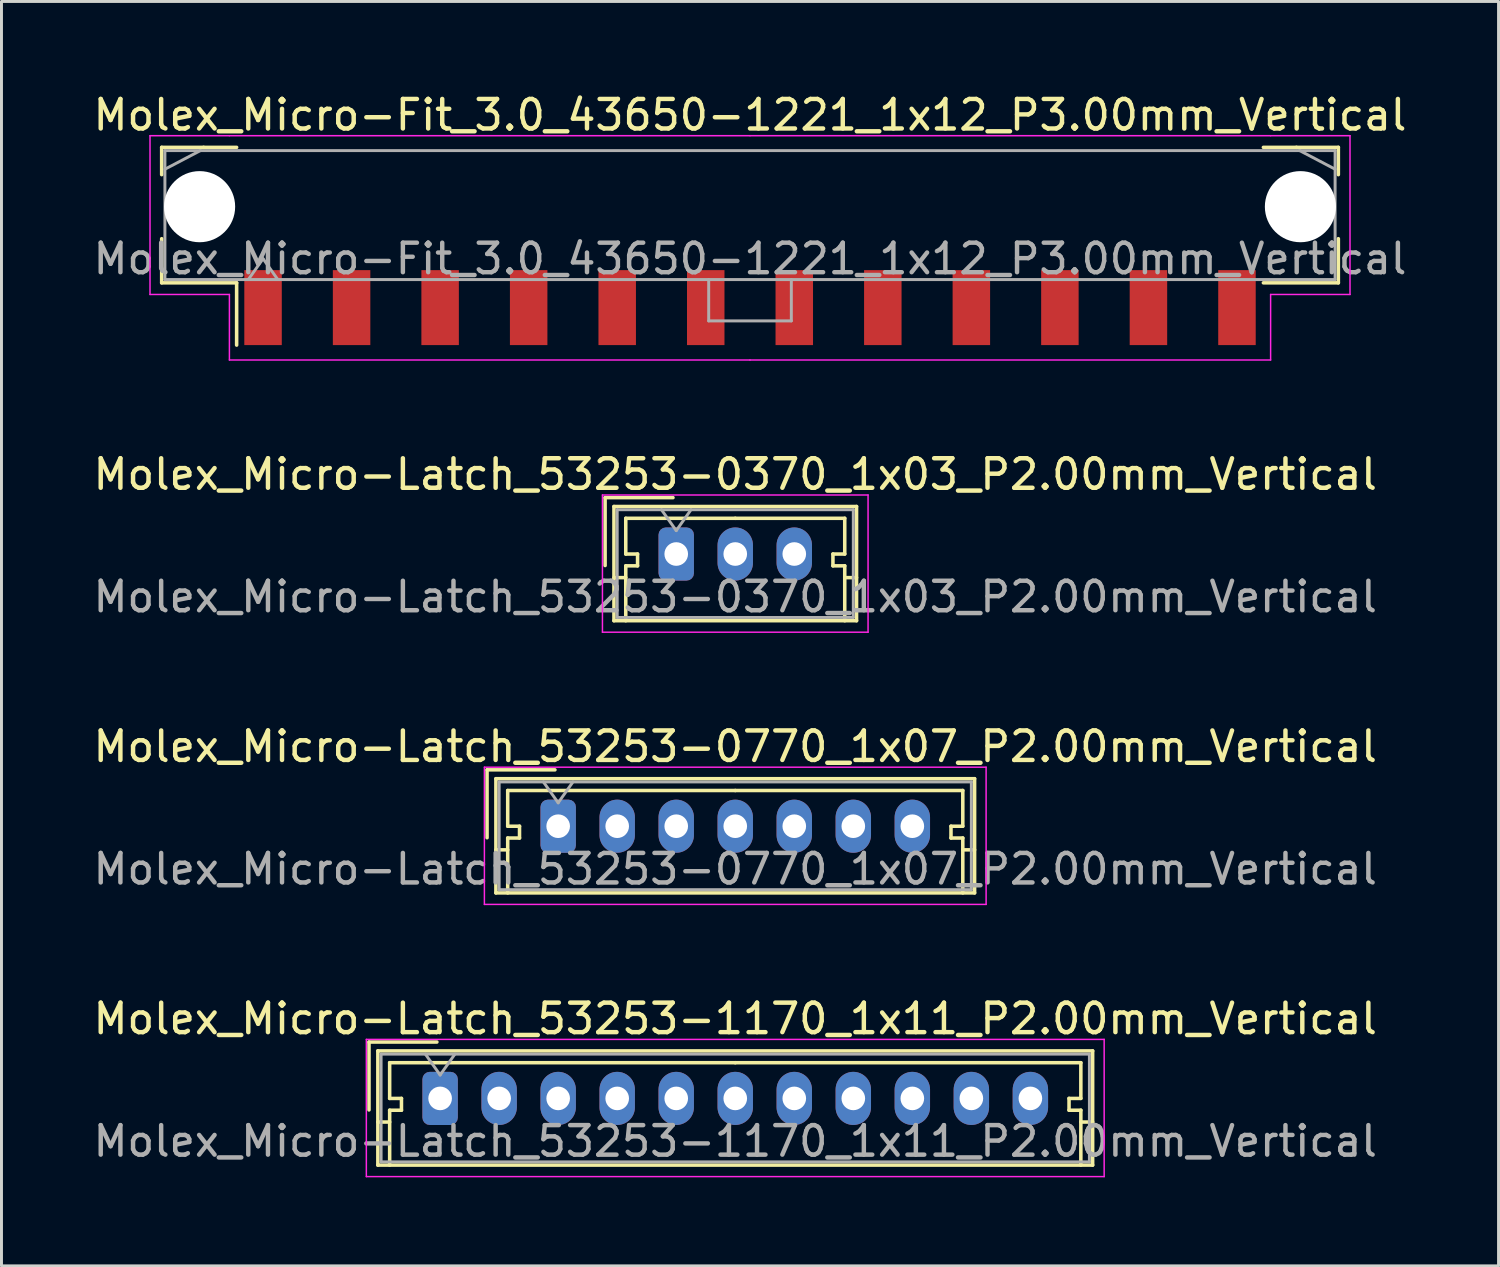
<source format=kicad_pcb>
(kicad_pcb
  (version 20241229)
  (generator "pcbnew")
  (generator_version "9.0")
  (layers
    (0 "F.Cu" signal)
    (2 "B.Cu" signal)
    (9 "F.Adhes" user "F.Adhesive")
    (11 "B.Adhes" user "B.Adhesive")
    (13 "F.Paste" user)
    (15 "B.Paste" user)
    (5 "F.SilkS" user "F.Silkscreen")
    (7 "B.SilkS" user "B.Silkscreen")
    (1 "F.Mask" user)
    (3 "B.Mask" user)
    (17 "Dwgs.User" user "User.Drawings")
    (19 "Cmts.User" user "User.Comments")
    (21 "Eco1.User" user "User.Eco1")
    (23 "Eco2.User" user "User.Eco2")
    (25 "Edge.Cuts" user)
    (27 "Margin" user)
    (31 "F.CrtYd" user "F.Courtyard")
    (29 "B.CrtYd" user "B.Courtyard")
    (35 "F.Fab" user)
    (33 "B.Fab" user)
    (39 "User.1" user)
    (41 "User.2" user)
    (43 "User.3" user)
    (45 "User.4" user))
  (footprint "Molex_Micro-Latch_53253-0370_1x03_P2.00mm_Vertical"
    (layer "F.Cu")
    (at 19.863 15.722)
    (property "Reference" "Molex_Micro-Latch_53253-0370_1x03_P2.00mm_Vertical" (at 2 -2.7 0) (layer "F.SilkS") (effects (font (size 1 1) (thickness 0.15))))
    (attr through_hole)
    (fp_line (start -2.41 -1.91) (end -2.41 0.39) (stroke (width 0.12) (type solid)) (layer "F.SilkS"))
    (fp_line (start -2.11 -1.61) (end -2.11 2.26) (stroke (width 0.12) (type solid)) (layer "F.SilkS"))
    (fp_line (start -2.11 0.8) (end -1.71 0.8) (stroke (width 0.12) (type solid)) (layer "F.SilkS"))
    (fp_line (start -2.11 2.26) (end 6.11 2.26) (stroke (width 0.12) (type solid)) (layer "F.SilkS"))
    (fp_line (start -1.71 -1.21) (end -1.71 0) (stroke (width 0.12) (type solid)) (layer "F.SilkS"))
    (fp_line (start -1.71 0) (end -1.31 0) (stroke (width 0.12) (type solid)) (layer "F.SilkS"))
    (fp_line (start -1.71 0.4) (end -1.71 2.26) (stroke (width 0.12) (type solid)) (layer "F.SilkS"))
    (fp_line (start -1.31 0) (end -1.31 0.4) (stroke (width 0.12) (type solid)) (layer "F.SilkS"))
    (fp_line (start -1.31 0.4) (end -1.71 0.4) (stroke (width 0.12) (type solid)) (layer "F.SilkS"))
    (fp_line (start -0.11 -1.91) (end -2.41 -1.91) (stroke (width 0.12) (type solid)) (layer "F.SilkS"))
    (fp_line (start 2 -1.21) (end -1.71 -1.21) (stroke (width 0.12) (type solid)) (layer "F.SilkS"))
    (fp_line (start 2 -1.21) (end 5.71 -1.21) (stroke (width 0.12) (type solid)) (layer "F.SilkS"))
    (fp_line (start 5.31 0) (end 5.31 0.4) (stroke (width 0.12) (type solid)) (layer "F.SilkS"))
    (fp_line (start 5.31 0.4) (end 5.71 0.4) (stroke (width 0.12) (type solid)) (layer "F.SilkS"))
    (fp_line (start 5.71 -1.21) (end 5.71 0) (stroke (width 0.12) (type solid)) (layer "F.SilkS"))
    (fp_line (start 5.71 0) (end 5.31 0) (stroke (width 0.12) (type solid)) (layer "F.SilkS"))
    (fp_line (start 5.71 0.4) (end 5.71 2.26) (stroke (width 0.12) (type solid)) (layer "F.SilkS"))
    (fp_line (start 6.11 -1.61) (end -2.11 -1.61) (stroke (width 0.12) (type solid)) (layer "F.SilkS"))
    (fp_line (start 6.11 0.8) (end 5.71 0.8) (stroke (width 0.12) (type solid)) (layer "F.SilkS"))
    (fp_line (start 6.11 2.26) (end 6.11 -1.61) (stroke (width 0.12) (type solid)) (layer "F.SilkS"))
    (fp_line (start -2.5 -2) (end -2.5 2.65) (stroke (width 0.05) (type solid)) (layer "F.CrtYd"))
    (fp_line (start -2.5 2.65) (end 6.5 2.65) (stroke (width 0.05) (type solid)) (layer "F.CrtYd"))
    (fp_line (start 6.5 -2) (end -2.5 -2) (stroke (width 0.05) (type solid)) (layer "F.CrtYd"))
    (fp_line (start 6.5 2.65) (end 6.5 -2) (stroke (width 0.05) (type solid)) (layer "F.CrtYd"))
    (fp_line (start -2 -1.5) (end -2 2.15) (stroke (width 0.1) (type solid)) (layer "F.Fab"))
    (fp_line (start -2 2.15) (end 6 2.15) (stroke (width 0.1) (type solid)) (layer "F.Fab"))
    (fp_line (start -0.5 -1.5) (end 0 -0.793) (stroke (width 0.1) (type solid)) (layer "F.Fab"))
    (fp_line (start 0 -0.793) (end 0.5 -1.5) (stroke (width 0.1) (type solid)) (layer "F.Fab"))
    (fp_line (start 6 -1.5) (end -2 -1.5) (stroke (width 0.1) (type solid)) (layer "F.Fab"))
    (fp_line (start 6 2.15) (end 6 -1.5) (stroke (width 0.1) (type solid)) (layer "F.Fab"))
    (fp_text user "${REFERENCE}" (at 2 1.45 0) (layer "F.Fab") (effects (font (size 1 1) (thickness 0.15))))
    (pad "1" thru_hole roundrect (at 0 0) (size 1.2 1.8) (drill 0.8) (layers "*.Cu" "*.Mask") (roundrect_rratio 0.208))
    (pad "2" thru_hole oval (at 2 0) (size 1.2 1.8) (drill 0.8) (layers "*.Cu" "*.Mask"))
    (pad "3" thru_hole oval (at 4 0) (size 1.2 1.8) (drill 0.8) (layers "*.Cu" "*.Mask")))
  (footprint "Molex_Micro-Fit_3.0_43650-1221_1x12_P3.00mm_Vertical"
    (layer "F.Cu")
    (at 22.363 4.238)
    (property "Reference" "Molex_Micro-Fit_3.0_43650-1221_1x12_P3.00mm_Vertical" (at 0 -3.39 0) (layer "F.SilkS") (effects (font (size 1 1) (thickness 0.15))))
    (attr smd)
    (fp_line (start -19.935 -2.295) (end -18.515 -2.295) (stroke (width 0.12) (type solid)) (layer "F.SilkS"))
    (fp_line (start -19.935 -1.37) (end -19.935 -2.295) (stroke (width 0.12) (type solid)) (layer "F.SilkS"))
    (fp_line (start -19.935 0.8) (end -19.935 2.295) (stroke (width 0.12) (type solid)) (layer "F.SilkS"))
    (fp_line (start -19.935 2.295) (end -17.395 2.295) (stroke (width 0.12) (type solid)) (layer "F.SilkS"))
    (fp_line (start -18.515 -2.295) (end -17.395 -2.295) (stroke (width 0.12) (type solid)) (layer "F.SilkS"))
    (fp_line (start -17.395 2.295) (end -17.395 4.405) (stroke (width 0.12) (type solid)) (layer "F.SilkS"))
    (fp_line (start 18.515 -2.295) (end 17.395 -2.295) (stroke (width 0.12) (type solid)) (layer "F.SilkS"))
    (fp_line (start 19.935 -2.295) (end 18.515 -2.295) (stroke (width 0.12) (type solid)) (layer "F.SilkS"))
    (fp_line (start 19.935 -1.37) (end 19.935 -2.295) (stroke (width 0.12) (type solid)) (layer "F.SilkS"))
    (fp_line (start 19.935 0.8) (end 19.935 2.295) (stroke (width 0.12) (type solid)) (layer "F.SilkS"))
    (fp_line (start 19.935 2.295) (end 17.395 2.295) (stroke (width 0.12) (type solid)) (layer "F.SilkS"))
    (fp_line (start -20.33 -2.69) (end -20.33 2.69) (stroke (width 0.05) (type solid)) (layer "F.CrtYd"))
    (fp_line (start -20.33 2.69) (end -17.64 2.69) (stroke (width 0.05) (type solid)) (layer "F.CrtYd"))
    (fp_line (start -17.64 -2.69) (end -20.33 -2.69) (stroke (width 0.05) (type solid)) (layer "F.CrtYd"))
    (fp_line (start -17.64 2.69) (end -17.64 4.91) (stroke (width 0.05) (type solid)) (layer "F.CrtYd"))
    (fp_line (start -17.64 4.91) (end 0 4.91) (stroke (width 0.05) (type solid)) (layer "F.CrtYd"))
    (fp_line (start 0 -2.69) (end -17.64 -2.69) (stroke (width 0.05) (type solid)) (layer "F.CrtYd"))
    (fp_line (start 0 -2.69) (end 17.64 -2.69) (stroke (width 0.05) (type solid)) (layer "F.CrtYd"))
    (fp_line (start 17.64 -2.69) (end 20.33 -2.69) (stroke (width 0.05) (type solid)) (layer "F.CrtYd"))
    (fp_line (start 17.64 2.69) (end 17.64 4.91) (stroke (width 0.05) (type solid)) (layer "F.CrtYd"))
    (fp_line (start 17.64 4.91) (end 0 4.91) (stroke (width 0.05) (type solid)) (layer "F.CrtYd"))
    (fp_line (start 20.33 -2.69) (end 20.33 2.69) (stroke (width 0.05) (type solid)) (layer "F.CrtYd"))
    (fp_line (start 20.33 2.69) (end 17.64 2.69) (stroke (width 0.05) (type solid)) (layer "F.CrtYd"))
    (fp_line (start -19.825 -2.185) (end -19.825 2.185) (stroke (width 0.1) (type solid)) (layer "F.Fab"))
    (fp_line (start -19.825 -1.555) (end -18.625 -2.185) (stroke (width 0.1) (type solid)) (layer "F.Fab"))
    (fp_line (start -19.825 2.185) (end 19.825 2.185) (stroke (width 0.1) (type solid)) (layer "F.Fab"))
    (fp_line (start -18.625 -2.185) (end -19.825 -2.185) (stroke (width 0.1) (type solid)) (layer "F.Fab"))
    (fp_line (start -17 2.185) (end -16.5 1.478) (stroke (width 0.1) (type solid)) (layer "F.Fab"))
    (fp_line (start -16.5 1.478) (end -16 2.185) (stroke (width 0.1) (type solid)) (layer "F.Fab"))
    (fp_line (start -1.4 2.185) (end -1.4 3.585) (stroke (width 0.1) (type solid)) (layer "F.Fab"))
    (fp_line (start -1.4 3.585) (end 1.4 3.585) (stroke (width 0.1) (type solid)) (layer "F.Fab"))
    (fp_line (start 1.4 3.585) (end 1.4 2.185) (stroke (width 0.1) (type solid)) (layer "F.Fab"))
    (fp_line (start 18.625 -2.185) (end -18.625 -2.185) (stroke (width 0.1) (type solid)) (layer "F.Fab"))
    (fp_line (start 19.825 -2.185) (end 18.625 -2.185) (stroke (width 0.1) (type solid)) (layer "F.Fab"))
    (fp_line (start 19.825 -1.555) (end 18.625 -2.185) (stroke (width 0.1) (type solid)) (layer "F.Fab"))
    (fp_line (start 19.825 2.185) (end 19.825 -2.185) (stroke (width 0.1) (type solid)) (layer "F.Fab"))
    (fp_text user "${REFERENCE}" (at 0 1.48 0) (layer "F.Fab") (effects (font (size 1 1) (thickness 0.15))))
    (pad "" np_thru_hole circle (at -18.65 -0.285) (size 2.41 2.41) (drill 2.41) (layers "*.Cu" "*.Mask"))
    (pad "" np_thru_hole circle (at 18.65 -0.285) (size 2.41 2.41) (drill 2.41) (layers "*.Cu" "*.Mask"))
    (pad "1" smd rect (at -16.5 3.135) (size 1.27 2.54) (layers "F.Cu" "F.Mask" "F.Paste"))
    (pad "2" smd rect (at -13.5 3.135) (size 1.27 2.54) (layers "F.Cu" "F.Mask" "F.Paste"))
    (pad "3" smd rect (at -10.5 3.135) (size 1.27 2.54) (layers "F.Cu" "F.Mask" "F.Paste"))
    (pad "4" smd rect (at -7.5 3.135) (size 1.27 2.54) (layers "F.Cu" "F.Mask" "F.Paste"))
    (pad "5" smd rect (at -4.5 3.135) (size 1.27 2.54) (layers "F.Cu" "F.Mask" "F.Paste"))
    (pad "6" smd rect (at -1.5 3.135) (size 1.27 2.54) (layers "F.Cu" "F.Mask" "F.Paste"))
    (pad "7" smd rect (at 1.5 3.135) (size 1.27 2.54) (layers "F.Cu" "F.Mask" "F.Paste"))
    (pad "8" smd rect (at 4.5 3.135) (size 1.27 2.54) (layers "F.Cu" "F.Mask" "F.Paste"))
    (pad "9" smd rect (at 7.5 3.135) (size 1.27 2.54) (layers "F.Cu" "F.Mask" "F.Paste"))
    (pad "10" smd rect (at 10.5 3.135) (size 1.27 2.54) (layers "F.Cu" "F.Mask" "F.Paste"))
    (pad "11" smd rect (at 13.5 3.135) (size 1.27 2.54) (layers "F.Cu" "F.Mask" "F.Paste"))
    (pad "12" smd rect (at 16.5 3.135) (size 1.27 2.54) (layers "F.Cu" "F.Mask" "F.Paste")))
  (footprint "Molex_Micro-Latch_53253-0770_1x07_P2.00mm_Vertical"
    (layer "F.Cu")
    (at 15.863 24.945)
    (property "Reference" "Molex_Micro-Latch_53253-0770_1x07_P2.00mm_Vertical" (at 6 -2.7 0) (layer "F.SilkS") (effects (font (size 1 1) (thickness 0.15))))
    (attr through_hole)
    (fp_line (start -2.41 -1.91) (end -2.41 0.39) (stroke (width 0.12) (type solid)) (layer "F.SilkS"))
    (fp_line (start -2.11 -1.61) (end -2.11 2.26) (stroke (width 0.12) (type solid)) (layer "F.SilkS"))
    (fp_line (start -2.11 0.8) (end -1.71 0.8) (stroke (width 0.12) (type solid)) (layer "F.SilkS"))
    (fp_line (start -2.11 2.26) (end 14.11 2.26) (stroke (width 0.12) (type solid)) (layer "F.SilkS"))
    (fp_line (start -1.71 -1.21) (end -1.71 0) (stroke (width 0.12) (type solid)) (layer "F.SilkS"))
    (fp_line (start -1.71 0) (end -1.31 0) (stroke (width 0.12) (type solid)) (layer "F.SilkS"))
    (fp_line (start -1.71 0.4) (end -1.71 2.26) (stroke (width 0.12) (type solid)) (layer "F.SilkS"))
    (fp_line (start -1.31 0) (end -1.31 0.4) (stroke (width 0.12) (type solid)) (layer "F.SilkS"))
    (fp_line (start -1.31 0.4) (end -1.71 0.4) (stroke (width 0.12) (type solid)) (layer "F.SilkS"))
    (fp_line (start -0.11 -1.91) (end -2.41 -1.91) (stroke (width 0.12) (type solid)) (layer "F.SilkS"))
    (fp_line (start 6 -1.21) (end -1.71 -1.21) (stroke (width 0.12) (type solid)) (layer "F.SilkS"))
    (fp_line (start 6 -1.21) (end 13.71 -1.21) (stroke (width 0.12) (type solid)) (layer "F.SilkS"))
    (fp_line (start 13.31 0) (end 13.31 0.4) (stroke (width 0.12) (type solid)) (layer "F.SilkS"))
    (fp_line (start 13.31 0.4) (end 13.71 0.4) (stroke (width 0.12) (type solid)) (layer "F.SilkS"))
    (fp_line (start 13.71 -1.21) (end 13.71 0) (stroke (width 0.12) (type solid)) (layer "F.SilkS"))
    (fp_line (start 13.71 0) (end 13.31 0) (stroke (width 0.12) (type solid)) (layer "F.SilkS"))
    (fp_line (start 13.71 0.4) (end 13.71 2.26) (stroke (width 0.12) (type solid)) (layer "F.SilkS"))
    (fp_line (start 14.11 -1.61) (end -2.11 -1.61) (stroke (width 0.12) (type solid)) (layer "F.SilkS"))
    (fp_line (start 14.11 0.8) (end 13.71 0.8) (stroke (width 0.12) (type solid)) (layer "F.SilkS"))
    (fp_line (start 14.11 2.26) (end 14.11 -1.61) (stroke (width 0.12) (type solid)) (layer "F.SilkS"))
    (fp_line (start -2.5 -2) (end -2.5 2.65) (stroke (width 0.05) (type solid)) (layer "F.CrtYd"))
    (fp_line (start -2.5 2.65) (end 14.5 2.65) (stroke (width 0.05) (type solid)) (layer "F.CrtYd"))
    (fp_line (start 14.5 -2) (end -2.5 -2) (stroke (width 0.05) (type solid)) (layer "F.CrtYd"))
    (fp_line (start 14.5 2.65) (end 14.5 -2) (stroke (width 0.05) (type solid)) (layer "F.CrtYd"))
    (fp_line (start -2 -1.5) (end -2 2.15) (stroke (width 0.1) (type solid)) (layer "F.Fab"))
    (fp_line (start -2 2.15) (end 14 2.15) (stroke (width 0.1) (type solid)) (layer "F.Fab"))
    (fp_line (start -0.5 -1.5) (end 0 -0.793) (stroke (width 0.1) (type solid)) (layer "F.Fab"))
    (fp_line (start 0 -0.793) (end 0.5 -1.5) (stroke (width 0.1) (type solid)) (layer "F.Fab"))
    (fp_line (start 14 -1.5) (end -2 -1.5) (stroke (width 0.1) (type solid)) (layer "F.Fab"))
    (fp_line (start 14 2.15) (end 14 -1.5) (stroke (width 0.1) (type solid)) (layer "F.Fab"))
    (fp_text user "${REFERENCE}" (at 6 1.45 0) (layer "F.Fab") (effects (font (size 1 1) (thickness 0.15))))
    (pad "1" thru_hole roundrect (at 0 0) (size 1.2 1.8) (drill 0.8) (layers "*.Cu" "*.Mask") (roundrect_rratio 0.208))
    (pad "2" thru_hole oval (at 2 0) (size 1.2 1.8) (drill 0.8) (layers "*.Cu" "*.Mask"))
    (pad "3" thru_hole oval (at 4 0) (size 1.2 1.8) (drill 0.8) (layers "*.Cu" "*.Mask"))
    (pad "4" thru_hole oval (at 6 0) (size 1.2 1.8) (drill 0.8) (layers "*.Cu" "*.Mask"))
    (pad "5" thru_hole oval (at 8 0) (size 1.2 1.8) (drill 0.8) (layers "*.Cu" "*.Mask"))
    (pad "6" thru_hole oval (at 10 0) (size 1.2 1.8) (drill 0.8) (layers "*.Cu" "*.Mask"))
    (pad "7" thru_hole oval (at 12 0) (size 1.2 1.8) (drill 0.8) (layers "*.Cu" "*.Mask")))
  (footprint "Molex_Micro-Latch_53253-1170_1x11_P2.00mm_Vertical"
    (layer "F.Cu")
    (at 11.863 34.168)
    (property "Reference" "Molex_Micro-Latch_53253-1170_1x11_P2.00mm_Vertical" (at 10 -2.7 0) (layer "F.SilkS") (effects (font (size 1 1) (thickness 0.15))))
    (attr through_hole)
    (fp_line (start -2.41 -1.91) (end -2.41 0.39) (stroke (width 0.12) (type solid)) (layer "F.SilkS"))
    (fp_line (start -2.11 -1.61) (end -2.11 2.26) (stroke (width 0.12) (type solid)) (layer "F.SilkS"))
    (fp_line (start -2.11 0.8) (end -1.71 0.8) (stroke (width 0.12) (type solid)) (layer "F.SilkS"))
    (fp_line (start -2.11 2.26) (end 22.11 2.26) (stroke (width 0.12) (type solid)) (layer "F.SilkS"))
    (fp_line (start -1.71 -1.21) (end -1.71 0) (stroke (width 0.12) (type solid)) (layer "F.SilkS"))
    (fp_line (start -1.71 0) (end -1.31 0) (stroke (width 0.12) (type solid)) (layer "F.SilkS"))
    (fp_line (start -1.71 0.4) (end -1.71 2.26) (stroke (width 0.12) (type solid)) (layer "F.SilkS"))
    (fp_line (start -1.31 0) (end -1.31 0.4) (stroke (width 0.12) (type solid)) (layer "F.SilkS"))
    (fp_line (start -1.31 0.4) (end -1.71 0.4) (stroke (width 0.12) (type solid)) (layer "F.SilkS"))
    (fp_line (start -0.11 -1.91) (end -2.41 -1.91) (stroke (width 0.12) (type solid)) (layer "F.SilkS"))
    (fp_line (start 10 -1.21) (end -1.71 -1.21) (stroke (width 0.12) (type solid)) (layer "F.SilkS"))
    (fp_line (start 10 -1.21) (end 21.71 -1.21) (stroke (width 0.12) (type solid)) (layer "F.SilkS"))
    (fp_line (start 21.31 0) (end 21.31 0.4) (stroke (width 0.12) (type solid)) (layer "F.SilkS"))
    (fp_line (start 21.31 0.4) (end 21.71 0.4) (stroke (width 0.12) (type solid)) (layer "F.SilkS"))
    (fp_line (start 21.71 -1.21) (end 21.71 0) (stroke (width 0.12) (type solid)) (layer "F.SilkS"))
    (fp_line (start 21.71 0) (end 21.31 0) (stroke (width 0.12) (type solid)) (layer "F.SilkS"))
    (fp_line (start 21.71 0.4) (end 21.71 2.26) (stroke (width 0.12) (type solid)) (layer "F.SilkS"))
    (fp_line (start 22.11 -1.61) (end -2.11 -1.61) (stroke (width 0.12) (type solid)) (layer "F.SilkS"))
    (fp_line (start 22.11 0.8) (end 21.71 0.8) (stroke (width 0.12) (type solid)) (layer "F.SilkS"))
    (fp_line (start 22.11 2.26) (end 22.11 -1.61) (stroke (width 0.12) (type solid)) (layer "F.SilkS"))
    (fp_line (start -2.5 -2) (end -2.5 2.65) (stroke (width 0.05) (type solid)) (layer "F.CrtYd"))
    (fp_line (start -2.5 2.65) (end 22.5 2.65) (stroke (width 0.05) (type solid)) (layer "F.CrtYd"))
    (fp_line (start 22.5 -2) (end -2.5 -2) (stroke (width 0.05) (type solid)) (layer "F.CrtYd"))
    (fp_line (start 22.5 2.65) (end 22.5 -2) (stroke (width 0.05) (type solid)) (layer "F.CrtYd"))
    (fp_line (start -2 -1.5) (end -2 2.15) (stroke (width 0.1) (type solid)) (layer "F.Fab"))
    (fp_line (start -2 2.15) (end 22 2.15) (stroke (width 0.1) (type solid)) (layer "F.Fab"))
    (fp_line (start -0.5 -1.5) (end 0 -0.793) (stroke (width 0.1) (type solid)) (layer "F.Fab"))
    (fp_line (start 0 -0.793) (end 0.5 -1.5) (stroke (width 0.1) (type solid)) (layer "F.Fab"))
    (fp_line (start 22 -1.5) (end -2 -1.5) (stroke (width 0.1) (type solid)) (layer "F.Fab"))
    (fp_line (start 22 2.15) (end 22 -1.5) (stroke (width 0.1) (type solid)) (layer "F.Fab"))
    (fp_text user "${REFERENCE}" (at 10 1.45 0) (layer "F.Fab") (effects (font (size 1 1) (thickness 0.15))))
    (pad "1" thru_hole roundrect (at 0 0) (size 1.2 1.8) (drill 0.8) (layers "*.Cu" "*.Mask") (roundrect_rratio 0.208))
    (pad "2" thru_hole oval (at 2 0) (size 1.2 1.8) (drill 0.8) (layers "*.Cu" "*.Mask"))
    (pad "3" thru_hole oval (at 4 0) (size 1.2 1.8) (drill 0.8) (layers "*.Cu" "*.Mask"))
    (pad "4" thru_hole oval (at 6 0) (size 1.2 1.8) (drill 0.8) (layers "*.Cu" "*.Mask"))
    (pad "5" thru_hole oval (at 8 0) (size 1.2 1.8) (drill 0.8) (layers "*.Cu" "*.Mask"))
    (pad "6" thru_hole oval (at 10 0) (size 1.2 1.8) (drill 0.8) (layers "*.Cu" "*.Mask"))
    (pad "7" thru_hole oval (at 12 0) (size 1.2 1.8) (drill 0.8) (layers "*.Cu" "*.Mask"))
    (pad "8" thru_hole oval (at 14 0) (size 1.2 1.8) (drill 0.8) (layers "*.Cu" "*.Mask"))
    (pad "9" thru_hole oval (at 16 0) (size 1.2 1.8) (drill 0.8) (layers "*.Cu" "*.Mask"))
    (pad "10" thru_hole oval (at 18 0) (size 1.2 1.8) (drill 0.8) (layers "*.Cu" "*.Mask"))
    (pad "11" thru_hole oval (at 20 0) (size 1.2 1.8) (drill 0.8) (layers "*.Cu" "*.Mask")))
  (gr_rect
    (start -3 -3)
    (end 47.726 39.843)
    (stroke (width 0.1) (type default))
    (fill no)
    (layer "Edge.Cuts")))
</source>
